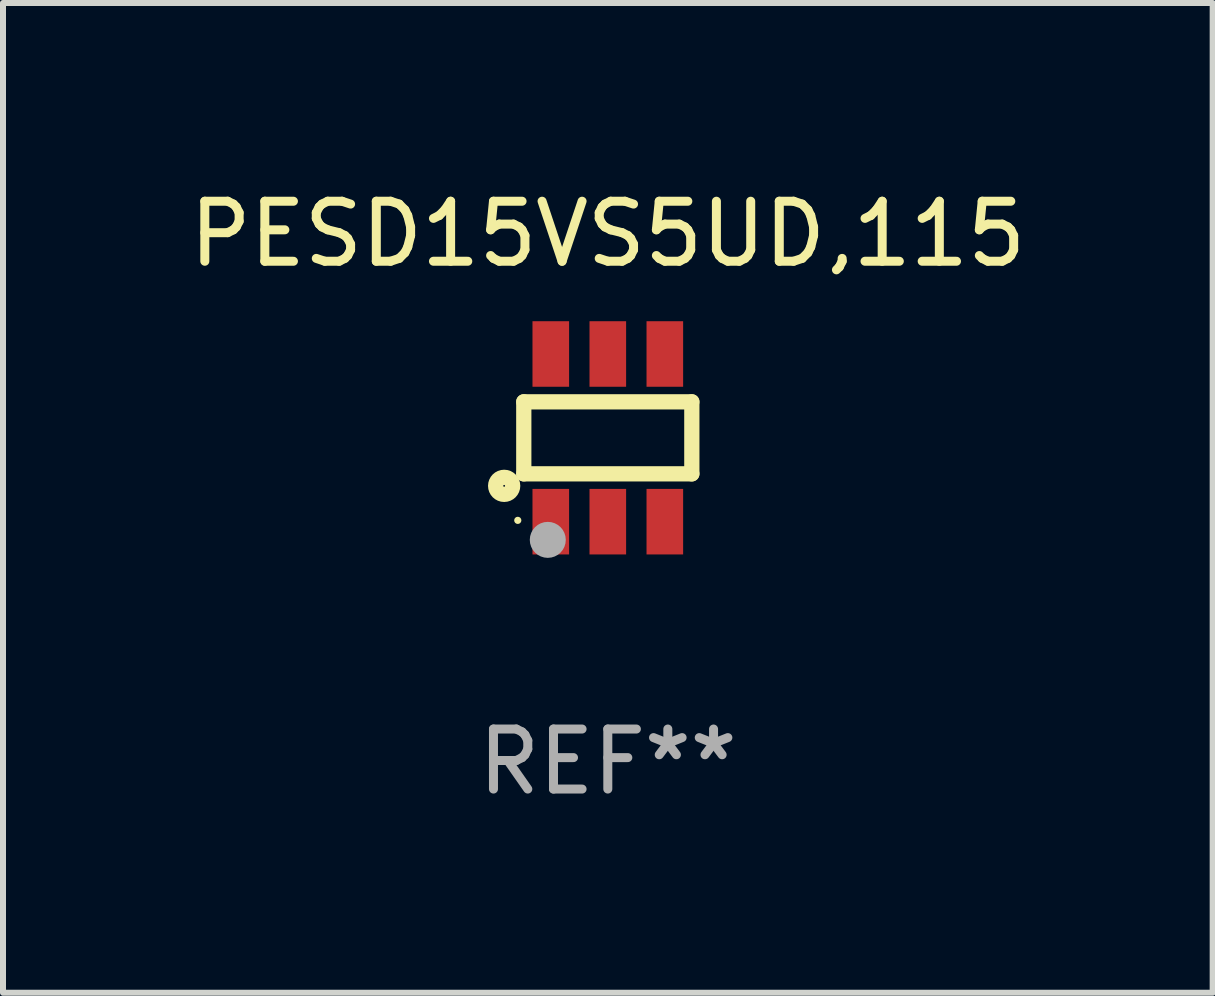
<source format=kicad_pcb>
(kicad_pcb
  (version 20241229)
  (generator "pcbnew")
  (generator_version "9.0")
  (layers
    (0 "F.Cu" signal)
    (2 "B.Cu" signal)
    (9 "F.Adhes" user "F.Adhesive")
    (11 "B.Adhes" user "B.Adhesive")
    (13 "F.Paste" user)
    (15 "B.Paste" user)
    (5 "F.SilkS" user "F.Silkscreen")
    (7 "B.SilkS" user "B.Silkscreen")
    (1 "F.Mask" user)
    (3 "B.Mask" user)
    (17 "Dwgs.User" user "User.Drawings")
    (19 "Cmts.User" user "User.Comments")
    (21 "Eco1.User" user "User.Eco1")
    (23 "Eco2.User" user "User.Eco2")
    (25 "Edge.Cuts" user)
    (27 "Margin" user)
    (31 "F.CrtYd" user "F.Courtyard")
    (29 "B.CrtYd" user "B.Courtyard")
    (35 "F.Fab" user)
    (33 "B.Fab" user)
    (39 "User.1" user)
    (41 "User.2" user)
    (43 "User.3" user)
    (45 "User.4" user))
  (footprint "PESD15VS5UD,115"
    (layer "F.Cu")
    (at 7.077 4.245)
    (property "Reference" "PESD15VS5UD,115" (at 0 -3.397 0) (layer "F.SilkS") (effects (font (size 1 1) (thickness 0.15))))
    (attr through_hole)
    (fp_line (start -1.4 -0.6) (end 1.4 -0.6) (stroke (width 0.254) (type solid)) (layer "F.SilkS"))
    (fp_line (start -1.4 0.6) (end -1.4 -0.6) (stroke (width 0.254) (type solid)) (layer "F.SilkS"))
    (fp_line (start -1.4 0.6) (end 1.4 0.6) (stroke (width 0.254) (type solid)) (layer "F.SilkS"))
    (fp_line (start 1.4 -0.6) (end 1.4 0.6) (stroke (width 0.254) (type solid)) (layer "F.SilkS"))
    (fp_circle (center -1.727 0.8) (end -1.585 0.8) (stroke (width 0.254) (type solid)) (fill no) (layer "F.SilkS"))
    (fp_circle (center -1.5 1.375) (end -1.47 1.375) (stroke (width 0.06) (type solid)) (fill no) (layer "F.SilkS"))
    (fp_circle (center -1 1.7) (end -0.85 1.7) (stroke (width 0.3) (type solid)) (fill no) (layer "F.Fab"))
    (fp_text user "REF**" (at 0 5.397 0) (layer "F.Fab") (effects (font (size 1 1) (thickness 0.15))))
    (pad "1" smd rect (at -0.95 1.397 180) (size 0.61 1.092) (layers "F.Cu" "F.Mask" "F.Paste"))
    (pad "2" smd rect (at 0 1.397 180) (size 0.61 1.092) (layers "F.Cu" "F.Mask" "F.Paste"))
    (pad "3" smd rect (at 0.95 1.397 180) (size 0.61 1.092) (layers "F.Cu" "F.Mask" "F.Paste"))
    (pad "4" smd rect (at 0.95 -1.397 180) (size 0.61 1.092) (layers "F.Cu" "F.Mask" "F.Paste"))
    (pad "5" smd rect (at 0 -1.397 180) (size 0.61 1.092) (layers "F.Cu" "F.Mask" "F.Paste"))
    (pad "6" smd rect (at -0.95 -1.397 180) (size 0.61 1.092) (layers "F.Cu" "F.Mask" "F.Paste")))
  (gr_rect
    (start -3 -3)
    (end 17.155 13.491)
    (stroke (width 0.1) (type default))
    (fill no)
    (layer "Edge.Cuts")))
</source>
